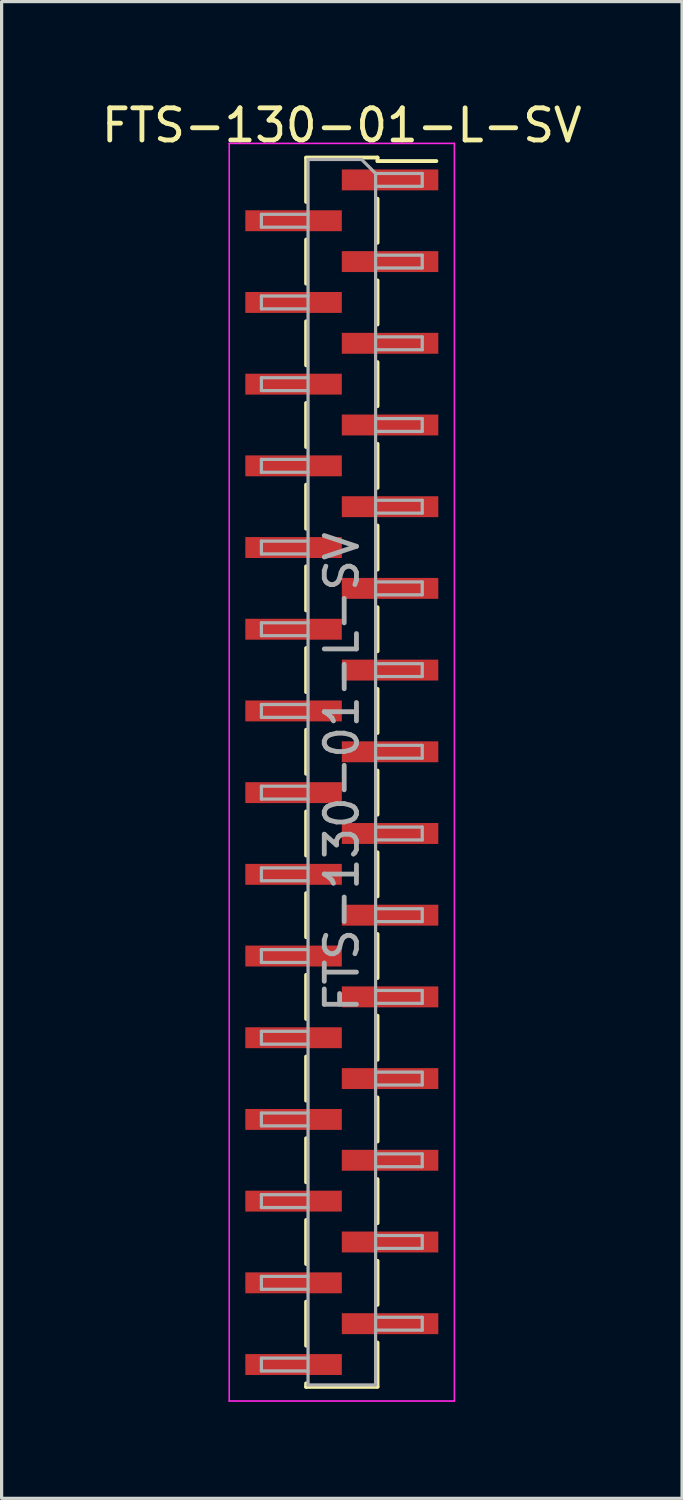
<source format=kicad_pcb>
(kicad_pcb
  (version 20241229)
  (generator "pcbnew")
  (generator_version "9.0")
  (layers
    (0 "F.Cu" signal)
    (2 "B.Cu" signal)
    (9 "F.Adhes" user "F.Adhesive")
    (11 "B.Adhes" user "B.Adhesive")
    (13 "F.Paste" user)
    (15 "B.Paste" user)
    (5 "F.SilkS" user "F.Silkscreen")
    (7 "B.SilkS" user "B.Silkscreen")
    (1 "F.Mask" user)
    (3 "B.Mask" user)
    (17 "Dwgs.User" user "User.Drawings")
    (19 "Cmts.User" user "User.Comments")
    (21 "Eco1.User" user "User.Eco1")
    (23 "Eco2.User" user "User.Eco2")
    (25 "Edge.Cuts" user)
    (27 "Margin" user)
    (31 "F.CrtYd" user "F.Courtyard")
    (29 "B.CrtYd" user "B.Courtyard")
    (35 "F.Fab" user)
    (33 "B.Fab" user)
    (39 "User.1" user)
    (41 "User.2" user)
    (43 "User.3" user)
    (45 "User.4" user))
  (footprint "FTS-130-01-L-SV"
    (layer "F.Cu")
    (at 7.577 20.958)
    (property "Reference" "FTS-130-01-L-SV" (at 0 -20.11 0) (layer "F.SilkS") (effects (font (size 1 1) (thickness 0.15))))
    (attr smd)
    (fp_line (start -1.11 -19.11) (end 1.11 -19.11) (stroke (width 0.12) (type solid)) (layer "F.SilkS"))
    (fp_line (start -1.11 -19.1) (end -1.11 -17.73) (stroke (width 0.12) (type solid)) (layer "F.SilkS"))
    (fp_line (start -1.11 -16.56) (end -1.11 -15.19) (stroke (width 0.12) (type solid)) (layer "F.SilkS"))
    (fp_line (start -1.11 -14.02) (end -1.11 -12.65) (stroke (width 0.12) (type solid)) (layer "F.SilkS"))
    (fp_line (start -1.11 -11.48) (end -1.11 -10.11) (stroke (width 0.12) (type solid)) (layer "F.SilkS"))
    (fp_line (start -1.11 -8.94) (end -1.11 -7.57) (stroke (width 0.12) (type solid)) (layer "F.SilkS"))
    (fp_line (start -1.11 -6.4) (end -1.11 -5.03) (stroke (width 0.12) (type solid)) (layer "F.SilkS"))
    (fp_line (start -1.11 -3.86) (end -1.11 -2.49) (stroke (width 0.12) (type solid)) (layer "F.SilkS"))
    (fp_line (start -1.11 -1.32) (end -1.11 0.05) (stroke (width 0.12) (type solid)) (layer "F.SilkS"))
    (fp_line (start -1.11 1.22) (end -1.11 2.59) (stroke (width 0.12) (type solid)) (layer "F.SilkS"))
    (fp_line (start -1.11 3.76) (end -1.11 5.13) (stroke (width 0.12) (type solid)) (layer "F.SilkS"))
    (fp_line (start -1.11 6.3) (end -1.11 7.67) (stroke (width 0.12) (type solid)) (layer "F.SilkS"))
    (fp_line (start -1.11 8.84) (end -1.11 10.21) (stroke (width 0.12) (type solid)) (layer "F.SilkS"))
    (fp_line (start -1.11 11.38) (end -1.11 12.75) (stroke (width 0.12) (type solid)) (layer "F.SilkS"))
    (fp_line (start -1.11 13.92) (end -1.11 15.29) (stroke (width 0.12) (type solid)) (layer "F.SilkS"))
    (fp_line (start -1.11 16.46) (end -1.11 17.83) (stroke (width 0.12) (type solid)) (layer "F.SilkS"))
    (fp_line (start -1.11 19) (end -1.11 19.11) (stroke (width 0.12) (type solid)) (layer "F.SilkS"))
    (fp_line (start -1.11 19.11) (end 1.11 19.11) (stroke (width 0.12) (type solid)) (layer "F.SilkS"))
    (fp_line (start 1.11 -19.11) (end 1.11 -19) (stroke (width 0.12) (type solid)) (layer "F.SilkS"))
    (fp_line (start 1.11 -19) (end 2.94 -19) (stroke (width 0.12) (type solid)) (layer "F.SilkS"))
    (fp_line (start 1.11 -17.83) (end 1.11 -16.46) (stroke (width 0.12) (type solid)) (layer "F.SilkS"))
    (fp_line (start 1.11 -15.29) (end 1.11 -13.92) (stroke (width 0.12) (type solid)) (layer "F.SilkS"))
    (fp_line (start 1.11 -12.75) (end 1.11 -11.38) (stroke (width 0.12) (type solid)) (layer "F.SilkS"))
    (fp_line (start 1.11 -10.21) (end 1.11 -8.84) (stroke (width 0.12) (type solid)) (layer "F.SilkS"))
    (fp_line (start 1.11 -7.67) (end 1.11 -6.3) (stroke (width 0.12) (type solid)) (layer "F.SilkS"))
    (fp_line (start 1.11 -5.13) (end 1.11 -3.76) (stroke (width 0.12) (type solid)) (layer "F.SilkS"))
    (fp_line (start 1.11 -2.59) (end 1.11 -1.22) (stroke (width 0.12) (type solid)) (layer "F.SilkS"))
    (fp_line (start 1.11 -0.05) (end 1.11 1.32) (stroke (width 0.12) (type solid)) (layer "F.SilkS"))
    (fp_line (start 1.11 2.49) (end 1.11 3.86) (stroke (width 0.12) (type solid)) (layer "F.SilkS"))
    (fp_line (start 1.11 5.03) (end 1.11 6.4) (stroke (width 0.12) (type solid)) (layer "F.SilkS"))
    (fp_line (start 1.11 7.57) (end 1.11 8.94) (stroke (width 0.12) (type solid)) (layer "F.SilkS"))
    (fp_line (start 1.11 10.11) (end 1.11 11.48) (stroke (width 0.12) (type solid)) (layer "F.SilkS"))
    (fp_line (start 1.11 12.65) (end 1.11 14.02) (stroke (width 0.12) (type solid)) (layer "F.SilkS"))
    (fp_line (start 1.11 15.19) (end 1.11 16.56) (stroke (width 0.12) (type solid)) (layer "F.SilkS"))
    (fp_line (start 1.11 17.73) (end 1.11 19.1) (stroke (width 0.12) (type solid)) (layer "F.SilkS"))
    (fp_line (start -3.5 -19.55) (end -3.5 19.55) (stroke (width 0.05) (type solid)) (layer "F.CrtYd"))
    (fp_line (start -3.5 19.55) (end 3.5 19.55) (stroke (width 0.05) (type solid)) (layer "F.CrtYd"))
    (fp_line (start 3.5 -19.55) (end -3.5 -19.55) (stroke (width 0.05) (type solid)) (layer "F.CrtYd"))
    (fp_line (start 3.5 19.55) (end 3.5 -19.55) (stroke (width 0.05) (type solid)) (layer "F.CrtYd"))
    (fp_line (start -2.5 -17.345) (end -2.5 -16.945) (stroke (width 0.1) (type solid)) (layer "F.Fab"))
    (fp_line (start -2.5 -16.945) (end -1.05 -16.945) (stroke (width 0.1) (type solid)) (layer "F.Fab"))
    (fp_line (start -2.5 -14.805) (end -2.5 -14.405) (stroke (width 0.1) (type solid)) (layer "F.Fab"))
    (fp_line (start -2.5 -14.405) (end -1.05 -14.405) (stroke (width 0.1) (type solid)) (layer "F.Fab"))
    (fp_line (start -2.5 -12.265) (end -2.5 -11.865) (stroke (width 0.1) (type solid)) (layer "F.Fab"))
    (fp_line (start -2.5 -11.865) (end -1.05 -11.865) (stroke (width 0.1) (type solid)) (layer "F.Fab"))
    (fp_line (start -2.5 -9.725) (end -2.5 -9.325) (stroke (width 0.1) (type solid)) (layer "F.Fab"))
    (fp_line (start -2.5 -9.325) (end -1.05 -9.325) (stroke (width 0.1) (type solid)) (layer "F.Fab"))
    (fp_line (start -2.5 -7.185) (end -2.5 -6.785) (stroke (width 0.1) (type solid)) (layer "F.Fab"))
    (fp_line (start -2.5 -6.785) (end -1.05 -6.785) (stroke (width 0.1) (type solid)) (layer "F.Fab"))
    (fp_line (start -2.5 -4.645) (end -2.5 -4.245) (stroke (width 0.1) (type solid)) (layer "F.Fab"))
    (fp_line (start -2.5 -4.245) (end -1.05 -4.245) (stroke (width 0.1) (type solid)) (layer "F.Fab"))
    (fp_line (start -2.5 -2.105) (end -2.5 -1.705) (stroke (width 0.1) (type solid)) (layer "F.Fab"))
    (fp_line (start -2.5 -1.705) (end -1.05 -1.705) (stroke (width 0.1) (type solid)) (layer "F.Fab"))
    (fp_line (start -2.5 0.435) (end -2.5 0.835) (stroke (width 0.1) (type solid)) (layer "F.Fab"))
    (fp_line (start -2.5 0.835) (end -1.05 0.835) (stroke (width 0.1) (type solid)) (layer "F.Fab"))
    (fp_line (start -2.5 2.975) (end -2.5 3.375) (stroke (width 0.1) (type solid)) (layer "F.Fab"))
    (fp_line (start -2.5 3.375) (end -1.05 3.375) (stroke (width 0.1) (type solid)) (layer "F.Fab"))
    (fp_line (start -2.5 5.515) (end -2.5 5.915) (stroke (width 0.1) (type solid)) (layer "F.Fab"))
    (fp_line (start -2.5 5.915) (end -1.05 5.915) (stroke (width 0.1) (type solid)) (layer "F.Fab"))
    (fp_line (start -2.5 8.055) (end -2.5 8.455) (stroke (width 0.1) (type solid)) (layer "F.Fab"))
    (fp_line (start -2.5 8.455) (end -1.05 8.455) (stroke (width 0.1) (type solid)) (layer "F.Fab"))
    (fp_line (start -2.5 10.595) (end -2.5 10.995) (stroke (width 0.1) (type solid)) (layer "F.Fab"))
    (fp_line (start -2.5 10.995) (end -1.05 10.995) (stroke (width 0.1) (type solid)) (layer "F.Fab"))
    (fp_line (start -2.5 13.135) (end -2.5 13.535) (stroke (width 0.1) (type solid)) (layer "F.Fab"))
    (fp_line (start -2.5 13.535) (end -1.05 13.535) (stroke (width 0.1) (type solid)) (layer "F.Fab"))
    (fp_line (start -2.5 15.675) (end -2.5 16.075) (stroke (width 0.1) (type solid)) (layer "F.Fab"))
    (fp_line (start -2.5 16.075) (end -1.05 16.075) (stroke (width 0.1) (type solid)) (layer "F.Fab"))
    (fp_line (start -2.5 18.215) (end -2.5 18.615) (stroke (width 0.1) (type solid)) (layer "F.Fab"))
    (fp_line (start -2.5 18.615) (end -1.05 18.615) (stroke (width 0.1) (type solid)) (layer "F.Fab"))
    (fp_line (start -1.05 -19.05) (end -1.05 19.05) (stroke (width 0.1) (type solid)) (layer "F.Fab"))
    (fp_line (start -1.05 -19.05) (end 0.615 -19.05) (stroke (width 0.1) (type solid)) (layer "F.Fab"))
    (fp_line (start -1.05 -17.345) (end -2.5 -17.345) (stroke (width 0.1) (type solid)) (layer "F.Fab"))
    (fp_line (start -1.05 -14.805) (end -2.5 -14.805) (stroke (width 0.1) (type solid)) (layer "F.Fab"))
    (fp_line (start -1.05 -12.265) (end -2.5 -12.265) (stroke (width 0.1) (type solid)) (layer "F.Fab"))
    (fp_line (start -1.05 -9.725) (end -2.5 -9.725) (stroke (width 0.1) (type solid)) (layer "F.Fab"))
    (fp_line (start -1.05 -7.185) (end -2.5 -7.185) (stroke (width 0.1) (type solid)) (layer "F.Fab"))
    (fp_line (start -1.05 -4.645) (end -2.5 -4.645) (stroke (width 0.1) (type solid)) (layer "F.Fab"))
    (fp_line (start -1.05 -2.105) (end -2.5 -2.105) (stroke (width 0.1) (type solid)) (layer "F.Fab"))
    (fp_line (start -1.05 0.435) (end -2.5 0.435) (stroke (width 0.1) (type solid)) (layer "F.Fab"))
    (fp_line (start -1.05 2.975) (end -2.5 2.975) (stroke (width 0.1) (type solid)) (layer "F.Fab"))
    (fp_line (start -1.05 5.515) (end -2.5 5.515) (stroke (width 0.1) (type solid)) (layer "F.Fab"))
    (fp_line (start -1.05 8.055) (end -2.5 8.055) (stroke (width 0.1) (type solid)) (layer "F.Fab"))
    (fp_line (start -1.05 10.595) (end -2.5 10.595) (stroke (width 0.1) (type solid)) (layer "F.Fab"))
    (fp_line (start -1.05 13.135) (end -2.5 13.135) (stroke (width 0.1) (type solid)) (layer "F.Fab"))
    (fp_line (start -1.05 15.675) (end -2.5 15.675) (stroke (width 0.1) (type solid)) (layer "F.Fab"))
    (fp_line (start -1.05 18.215) (end -2.5 18.215) (stroke (width 0.1) (type solid)) (layer "F.Fab"))
    (fp_line (start 1.05 -18.615) (end 0.615 -19.05) (stroke (width 0.1) (type solid)) (layer "F.Fab"))
    (fp_line (start 1.05 -18.615) (end 2.5 -18.615) (stroke (width 0.1) (type solid)) (layer "F.Fab"))
    (fp_line (start 1.05 -16.075) (end 2.5 -16.075) (stroke (width 0.1) (type solid)) (layer "F.Fab"))
    (fp_line (start 1.05 -13.535) (end 2.5 -13.535) (stroke (width 0.1) (type solid)) (layer "F.Fab"))
    (fp_line (start 1.05 -10.995) (end 2.5 -10.995) (stroke (width 0.1) (type solid)) (layer "F.Fab"))
    (fp_line (start 1.05 -8.455) (end 2.5 -8.455) (stroke (width 0.1) (type solid)) (layer "F.Fab"))
    (fp_line (start 1.05 -5.915) (end 2.5 -5.915) (stroke (width 0.1) (type solid)) (layer "F.Fab"))
    (fp_line (start 1.05 -3.375) (end 2.5 -3.375) (stroke (width 0.1) (type solid)) (layer "F.Fab"))
    (fp_line (start 1.05 -0.835) (end 2.5 -0.835) (stroke (width 0.1) (type solid)) (layer "F.Fab"))
    (fp_line (start 1.05 1.705) (end 2.5 1.705) (stroke (width 0.1) (type solid)) (layer "F.Fab"))
    (fp_line (start 1.05 4.245) (end 2.5 4.245) (stroke (width 0.1) (type solid)) (layer "F.Fab"))
    (fp_line (start 1.05 6.785) (end 2.5 6.785) (stroke (width 0.1) (type solid)) (layer "F.Fab"))
    (fp_line (start 1.05 9.325) (end 2.5 9.325) (stroke (width 0.1) (type solid)) (layer "F.Fab"))
    (fp_line (start 1.05 11.865) (end 2.5 11.865) (stroke (width 0.1) (type solid)) (layer "F.Fab"))
    (fp_line (start 1.05 14.405) (end 2.5 14.405) (stroke (width 0.1) (type solid)) (layer "F.Fab"))
    (fp_line (start 1.05 16.945) (end 2.5 16.945) (stroke (width 0.1) (type solid)) (layer "F.Fab"))
    (fp_line (start 1.05 19.05) (end -1.05 19.05) (stroke (width 0.1) (type solid)) (layer "F.Fab"))
    (fp_line (start 1.05 19.05) (end 1.05 -18.615) (stroke (width 0.1) (type solid)) (layer "F.Fab"))
    (fp_line (start 2.5 -18.615) (end 2.5 -18.215) (stroke (width 0.1) (type solid)) (layer "F.Fab"))
    (fp_line (start 2.5 -18.215) (end 1.05 -18.215) (stroke (width 0.1) (type solid)) (layer "F.Fab"))
    (fp_line (start 2.5 -16.075) (end 2.5 -15.675) (stroke (width 0.1) (type solid)) (layer "F.Fab"))
    (fp_line (start 2.5 -15.675) (end 1.05 -15.675) (stroke (width 0.1) (type solid)) (layer "F.Fab"))
    (fp_line (start 2.5 -13.535) (end 2.5 -13.135) (stroke (width 0.1) (type solid)) (layer "F.Fab"))
    (fp_line (start 2.5 -13.135) (end 1.05 -13.135) (stroke (width 0.1) (type solid)) (layer "F.Fab"))
    (fp_line (start 2.5 -10.995) (end 2.5 -10.595) (stroke (width 0.1) (type solid)) (layer "F.Fab"))
    (fp_line (start 2.5 -10.595) (end 1.05 -10.595) (stroke (width 0.1) (type solid)) (layer "F.Fab"))
    (fp_line (start 2.5 -8.455) (end 2.5 -8.055) (stroke (width 0.1) (type solid)) (layer "F.Fab"))
    (fp_line (start 2.5 -8.055) (end 1.05 -8.055) (stroke (width 0.1) (type solid)) (layer "F.Fab"))
    (fp_line (start 2.5 -5.915) (end 2.5 -5.515) (stroke (width 0.1) (type solid)) (layer "F.Fab"))
    (fp_line (start 2.5 -5.515) (end 1.05 -5.515) (stroke (width 0.1) (type solid)) (layer "F.Fab"))
    (fp_line (start 2.5 -3.375) (end 2.5 -2.975) (stroke (width 0.1) (type solid)) (layer "F.Fab"))
    (fp_line (start 2.5 -2.975) (end 1.05 -2.975) (stroke (width 0.1) (type solid)) (layer "F.Fab"))
    (fp_line (start 2.5 -0.835) (end 2.5 -0.435) (stroke (width 0.1) (type solid)) (layer "F.Fab"))
    (fp_line (start 2.5 -0.435) (end 1.05 -0.435) (stroke (width 0.1) (type solid)) (layer "F.Fab"))
    (fp_line (start 2.5 1.705) (end 2.5 2.105) (stroke (width 0.1) (type solid)) (layer "F.Fab"))
    (fp_line (start 2.5 2.105) (end 1.05 2.105) (stroke (width 0.1) (type solid)) (layer "F.Fab"))
    (fp_line (start 2.5 4.245) (end 2.5 4.645) (stroke (width 0.1) (type solid)) (layer "F.Fab"))
    (fp_line (start 2.5 4.645) (end 1.05 4.645) (stroke (width 0.1) (type solid)) (layer "F.Fab"))
    (fp_line (start 2.5 6.785) (end 2.5 7.185) (stroke (width 0.1) (type solid)) (layer "F.Fab"))
    (fp_line (start 2.5 7.185) (end 1.05 7.185) (stroke (width 0.1) (type solid)) (layer "F.Fab"))
    (fp_line (start 2.5 9.325) (end 2.5 9.725) (stroke (width 0.1) (type solid)) (layer "F.Fab"))
    (fp_line (start 2.5 9.725) (end 1.05 9.725) (stroke (width 0.1) (type solid)) (layer "F.Fab"))
    (fp_line (start 2.5 11.865) (end 2.5 12.265) (stroke (width 0.1) (type solid)) (layer "F.Fab"))
    (fp_line (start 2.5 12.265) (end 1.05 12.265) (stroke (width 0.1) (type solid)) (layer "F.Fab"))
    (fp_line (start 2.5 14.405) (end 2.5 14.805) (stroke (width 0.1) (type solid)) (layer "F.Fab"))
    (fp_line (start 2.5 14.805) (end 1.05 14.805) (stroke (width 0.1) (type solid)) (layer "F.Fab"))
    (fp_line (start 2.5 16.945) (end 2.5 17.345) (stroke (width 0.1) (type solid)) (layer "F.Fab"))
    (fp_line (start 2.5 17.345) (end 1.05 17.345) (stroke (width 0.1) (type solid)) (layer "F.Fab"))
    (fp_text user "${REFERENCE}" (at 0 0 90) (layer "F.Fab") (effects (font (size 1 1) (thickness 0.15))))
    (pad "1" smd rect (at 1.5 -18.415) (size 3 0.65) (layers "F.Cu" "F.Mask" "F.Paste"))
    (pad "2" smd rect (at -1.5 -17.145) (size 3 0.65) (layers "F.Cu" "F.Mask" "F.Paste"))
    (pad "3" smd rect (at 1.5 -15.875) (size 3 0.65) (layers "F.Cu" "F.Mask" "F.Paste"))
    (pad "4" smd rect (at -1.5 -14.605) (size 3 0.65) (layers "F.Cu" "F.Mask" "F.Paste"))
    (pad "5" smd rect (at 1.5 -13.335) (size 3 0.65) (layers "F.Cu" "F.Mask" "F.Paste"))
    (pad "6" smd rect (at -1.5 -12.065) (size 3 0.65) (layers "F.Cu" "F.Mask" "F.Paste"))
    (pad "7" smd rect (at 1.5 -10.795) (size 3 0.65) (layers "F.Cu" "F.Mask" "F.Paste"))
    (pad "8" smd rect (at -1.5 -9.525) (size 3 0.65) (layers "F.Cu" "F.Mask" "F.Paste"))
    (pad "9" smd rect (at 1.5 -8.255) (size 3 0.65) (layers "F.Cu" "F.Mask" "F.Paste"))
    (pad "10" smd rect (at -1.5 -6.985) (size 3 0.65) (layers "F.Cu" "F.Mask" "F.Paste"))
    (pad "11" smd rect (at 1.5 -5.715) (size 3 0.65) (layers "F.Cu" "F.Mask" "F.Paste"))
    (pad "12" smd rect (at -1.5 -4.445) (size 3 0.65) (layers "F.Cu" "F.Mask" "F.Paste"))
    (pad "13" smd rect (at 1.5 -3.175) (size 3 0.65) (layers "F.Cu" "F.Mask" "F.Paste"))
    (pad "14" smd rect (at -1.5 -1.905) (size 3 0.65) (layers "F.Cu" "F.Mask" "F.Paste"))
    (pad "15" smd rect (at 1.5 -0.635) (size 3 0.65) (layers "F.Cu" "F.Mask" "F.Paste"))
    (pad "16" smd rect (at -1.5 0.635) (size 3 0.65) (layers "F.Cu" "F.Mask" "F.Paste"))
    (pad "17" smd rect (at 1.5 1.905) (size 3 0.65) (layers "F.Cu" "F.Mask" "F.Paste"))
    (pad "18" smd rect (at -1.5 3.175) (size 3 0.65) (layers "F.Cu" "F.Mask" "F.Paste"))
    (pad "19" smd rect (at 1.5 4.445) (size 3 0.65) (layers "F.Cu" "F.Mask" "F.Paste"))
    (pad "20" smd rect (at -1.5 5.715) (size 3 0.65) (layers "F.Cu" "F.Mask" "F.Paste"))
    (pad "21" smd rect (at 1.5 6.985) (size 3 0.65) (layers "F.Cu" "F.Mask" "F.Paste"))
    (pad "22" smd rect (at -1.5 8.255) (size 3 0.65) (layers "F.Cu" "F.Mask" "F.Paste"))
    (pad "23" smd rect (at 1.5 9.525) (size 3 0.65) (layers "F.Cu" "F.Mask" "F.Paste"))
    (pad "24" smd rect (at -1.5 10.795) (size 3 0.65) (layers "F.Cu" "F.Mask" "F.Paste"))
    (pad "25" smd rect (at 1.5 12.065) (size 3 0.65) (layers "F.Cu" "F.Mask" "F.Paste"))
    (pad "26" smd rect (at -1.5 13.335) (size 3 0.65) (layers "F.Cu" "F.Mask" "F.Paste"))
    (pad "27" smd rect (at 1.5 14.605) (size 3 0.65) (layers "F.Cu" "F.Mask" "F.Paste"))
    (pad "28" smd rect (at -1.5 15.875) (size 3 0.65) (layers "F.Cu" "F.Mask" "F.Paste"))
    (pad "29" smd rect (at 1.5 17.145) (size 3 0.65) (layers "F.Cu" "F.Mask" "F.Paste"))
    (pad "30" smd rect (at -1.5 18.415) (size 3 0.65) (layers "F.Cu" "F.Mask" "F.Paste")))
  (gr_rect
    (start -3 -3)
    (end 18.155 43.533)
    (stroke (width 0.1) (type default))
    (fill no)
    (layer "Edge.Cuts")))
</source>
